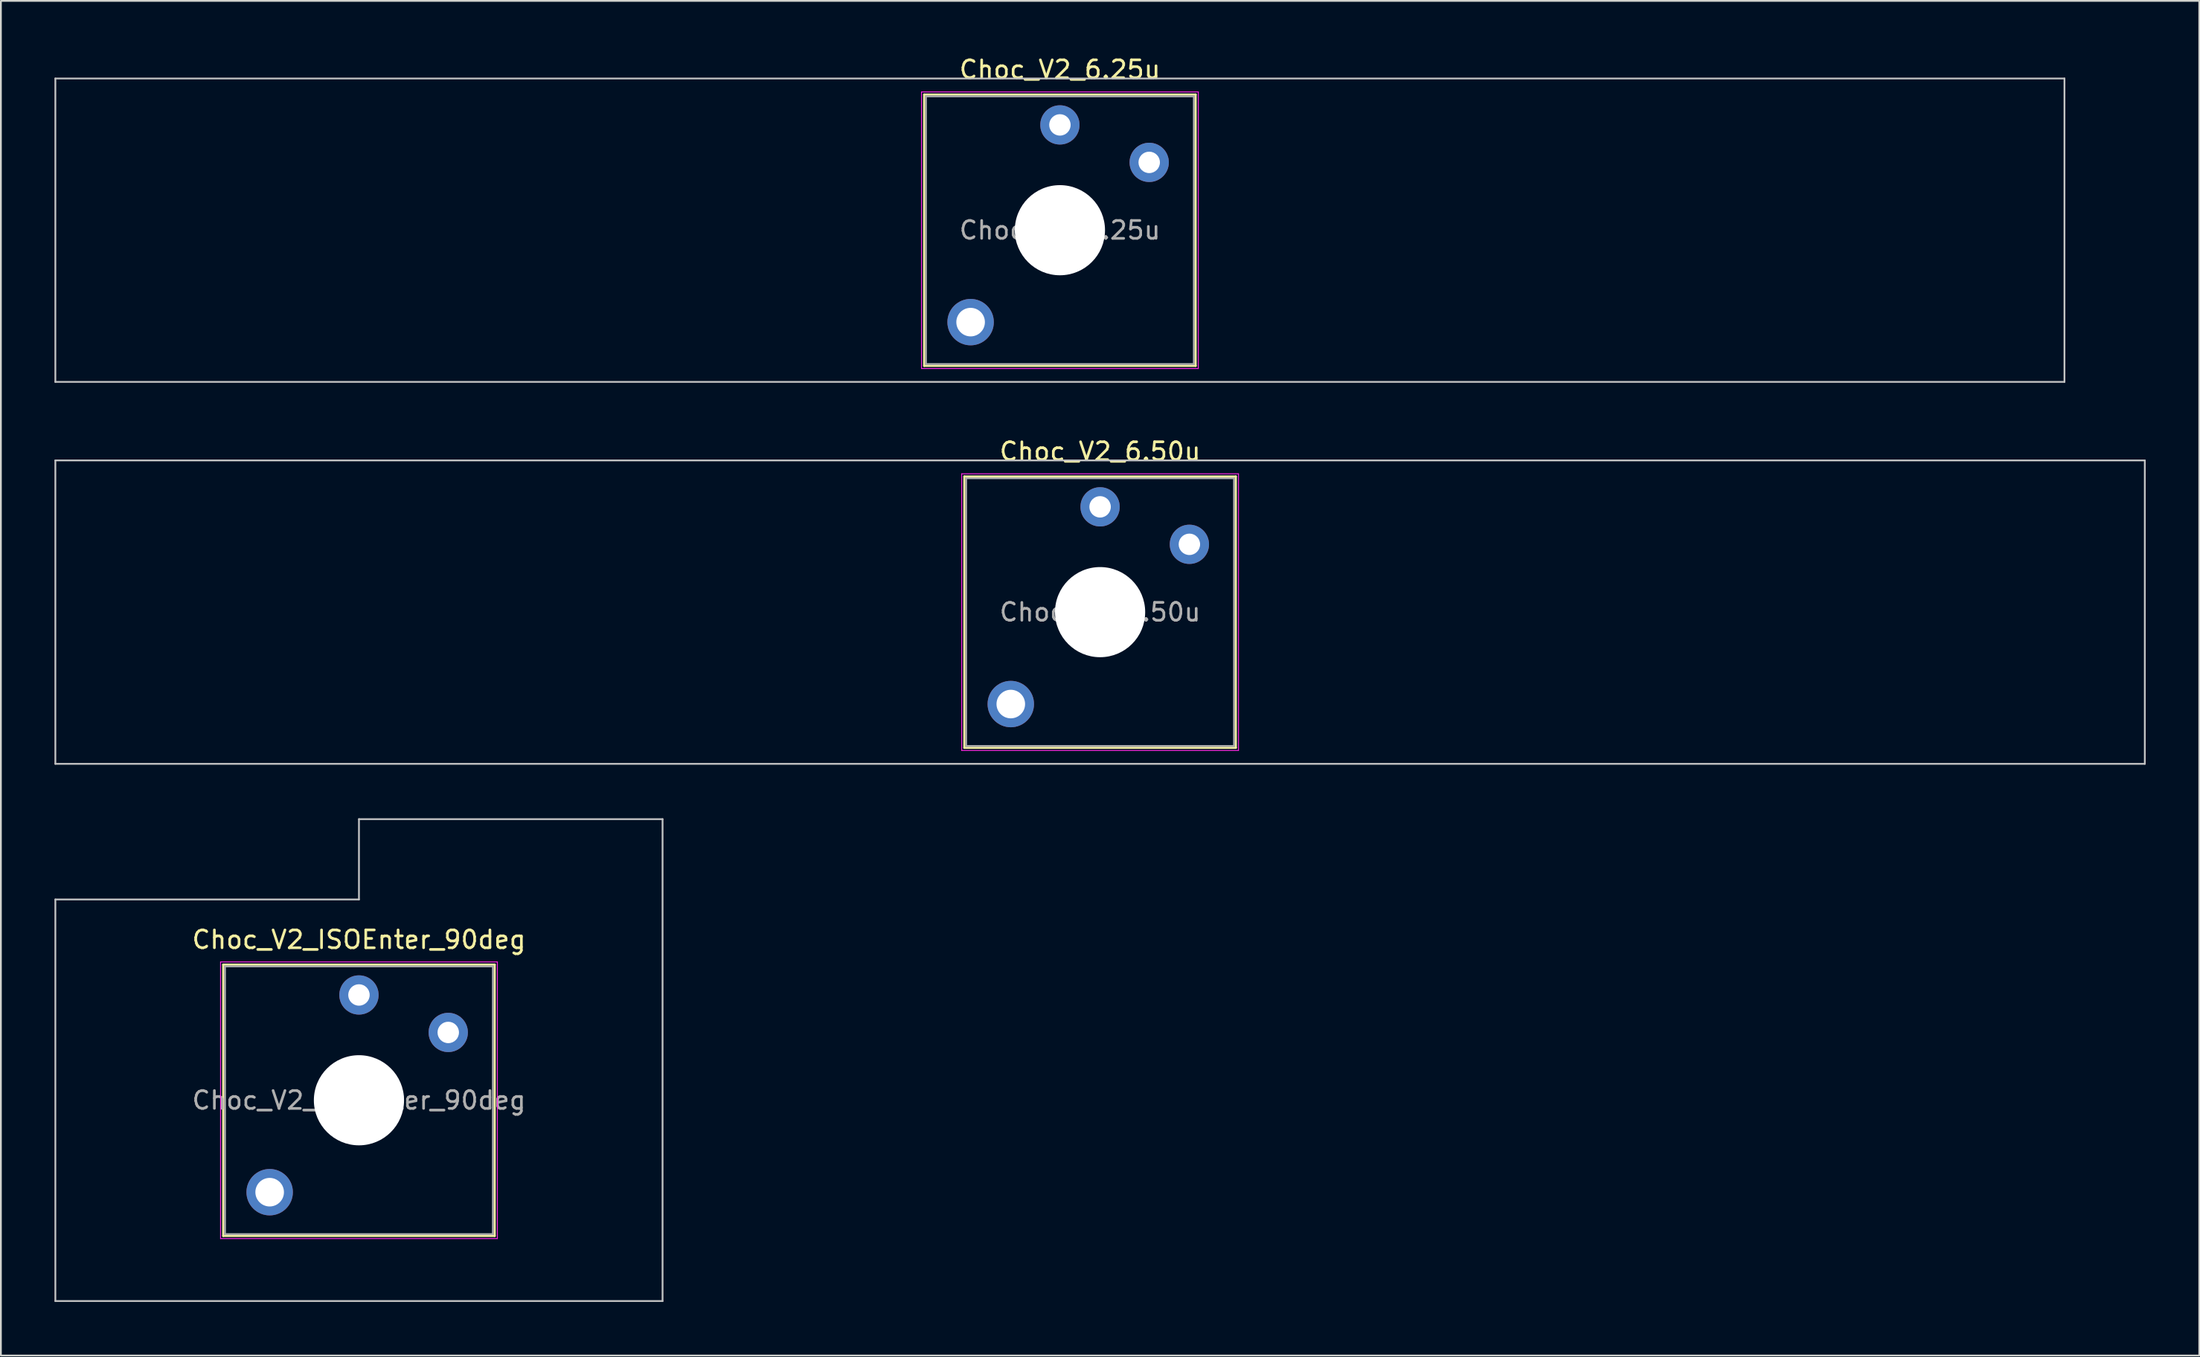
<source format=kicad_pcb>
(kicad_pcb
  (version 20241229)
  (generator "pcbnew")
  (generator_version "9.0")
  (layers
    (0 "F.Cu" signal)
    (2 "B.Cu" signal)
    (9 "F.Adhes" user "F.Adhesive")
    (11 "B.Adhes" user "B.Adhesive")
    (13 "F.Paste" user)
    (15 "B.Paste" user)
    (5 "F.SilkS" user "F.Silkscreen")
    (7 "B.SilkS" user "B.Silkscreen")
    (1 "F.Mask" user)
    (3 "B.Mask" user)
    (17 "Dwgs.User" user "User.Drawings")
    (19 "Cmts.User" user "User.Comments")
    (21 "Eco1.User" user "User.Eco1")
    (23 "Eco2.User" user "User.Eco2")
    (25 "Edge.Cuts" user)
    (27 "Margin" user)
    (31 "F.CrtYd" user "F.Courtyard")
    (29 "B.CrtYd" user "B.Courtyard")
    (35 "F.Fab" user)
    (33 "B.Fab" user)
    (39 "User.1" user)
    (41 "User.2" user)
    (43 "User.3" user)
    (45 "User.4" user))
  (footprint "Choc_V2_6.50u"
    (layer "F.Cu")
    (at 58.55 31.247)
    (property "Reference" "Choc_V2_6.50u" (at 0 -9 0) (layer "F.SilkS") (effects (font (size 1 1) (thickness 0.15))))
    (attr through_hole)
    (fp_line (start -7.6 -7.6) (end -7.6 7.6) (stroke (width 0.12) (type solid)) (layer "F.SilkS"))
    (fp_line (start -7.6 7.6) (end 7.6 7.6) (stroke (width 0.12) (type solid)) (layer "F.SilkS"))
    (fp_line (start 7.6 -7.6) (end -7.6 -7.6) (stroke (width 0.12) (type solid)) (layer "F.SilkS"))
    (fp_line (start 7.6 7.6) (end 7.6 -7.6) (stroke (width 0.12) (type solid)) (layer "F.SilkS"))
    (fp_line (start -58.5 -8.5) (end -58.5 8.5) (stroke (width 0.1) (type solid)) (layer "Dwgs.User"))
    (fp_line (start -58.5 8.5) (end 58.5 8.5) (stroke (width 0.1) (type solid)) (layer "Dwgs.User"))
    (fp_line (start 58.5 -8.5) (end -58.5 -8.5) (stroke (width 0.1) (type solid)) (layer "Dwgs.User"))
    (fp_line (start 58.5 8.5) (end 58.5 -8.5) (stroke (width 0.1) (type solid)) (layer "Dwgs.User"))
    (fp_line (start -7.25 -7.25) (end -7.25 7.25) (stroke (width 0.1) (type solid)) (layer "Eco1.User"))
    (fp_line (start -7.25 7.25) (end 7.25 7.25) (stroke (width 0.1) (type solid)) (layer "Eco1.User"))
    (fp_line (start 7.25 -7.25) (end -7.25 -7.25) (stroke (width 0.1) (type solid)) (layer "Eco1.User"))
    (fp_line (start 7.25 7.25) (end 7.25 -7.25) (stroke (width 0.1) (type solid)) (layer "Eco1.User"))
    (fp_line (start -7.75 -7.75) (end -7.75 7.75) (stroke (width 0.05) (type solid)) (layer "F.CrtYd"))
    (fp_line (start -7.75 7.75) (end 7.75 7.75) (stroke (width 0.05) (type solid)) (layer "F.CrtYd"))
    (fp_line (start 7.75 -7.75) (end -7.75 -7.75) (stroke (width 0.05) (type solid)) (layer "F.CrtYd"))
    (fp_line (start 7.75 7.75) (end 7.75 -7.75) (stroke (width 0.05) (type solid)) (layer "F.CrtYd"))
    (fp_line (start -7.5 -7.5) (end -7.5 7.5) (stroke (width 0.1) (type solid)) (layer "F.Fab"))
    (fp_line (start -7.5 7.5) (end 7.5 7.5) (stroke (width 0.1) (type solid)) (layer "F.Fab"))
    (fp_line (start 7.5 -7.5) (end -7.5 -7.5) (stroke (width 0.1) (type solid)) (layer "F.Fab"))
    (fp_line (start 7.5 7.5) (end 7.5 -7.5) (stroke (width 0.1) (type solid)) (layer "F.Fab"))
    (fp_text user "${REFERENCE}" (at 0 0 0) (layer "F.Fab") (effects (font (size 1 1) (thickness 0.15))))
    (pad "" thru_hole circle (at -5 5.15) (size 2.6 2.6) (drill 1.6) (layers "*.Cu" "*.Mask"))
    (pad "" np_thru_hole circle (at 0 0) (size 5.05 5.05) (drill 5.05) (layers "*.Cu" "*.Mask"))
    (pad "1" thru_hole circle (at 0 -5.9) (size 2.2 2.2) (drill 1.2) (layers "*.Cu" "*.Mask"))
    (pad "2" thru_hole circle (at 5 -3.8) (size 2.2 2.2) (drill 1.2) (layers "*.Cu" "*.Mask")))
  (footprint "Choc_V2_6.25u"
    (layer "F.Cu")
    (at 56.3 9.848)
    (property "Reference" "Choc_V2_6.25u" (at 0 -9 0) (layer "F.SilkS") (effects (font (size 1 1) (thickness 0.15))))
    (attr through_hole)
    (fp_line (start -7.6 -7.6) (end -7.6 7.6) (stroke (width 0.12) (type solid)) (layer "F.SilkS"))
    (fp_line (start -7.6 7.6) (end 7.6 7.6) (stroke (width 0.12) (type solid)) (layer "F.SilkS"))
    (fp_line (start 7.6 -7.6) (end -7.6 -7.6) (stroke (width 0.12) (type solid)) (layer "F.SilkS"))
    (fp_line (start 7.6 7.6) (end 7.6 -7.6) (stroke (width 0.12) (type solid)) (layer "F.SilkS"))
    (fp_line (start -56.25 -8.5) (end -56.25 8.5) (stroke (width 0.1) (type solid)) (layer "Dwgs.User"))
    (fp_line (start -56.25 8.5) (end 56.25 8.5) (stroke (width 0.1) (type solid)) (layer "Dwgs.User"))
    (fp_line (start 56.25 -8.5) (end -56.25 -8.5) (stroke (width 0.1) (type solid)) (layer "Dwgs.User"))
    (fp_line (start 56.25 8.5) (end 56.25 -8.5) (stroke (width 0.1) (type solid)) (layer "Dwgs.User"))
    (fp_line (start -7.25 -7.25) (end -7.25 7.25) (stroke (width 0.1) (type solid)) (layer "Eco1.User"))
    (fp_line (start -7.25 7.25) (end 7.25 7.25) (stroke (width 0.1) (type solid)) (layer "Eco1.User"))
    (fp_line (start 7.25 -7.25) (end -7.25 -7.25) (stroke (width 0.1) (type solid)) (layer "Eco1.User"))
    (fp_line (start 7.25 7.25) (end 7.25 -7.25) (stroke (width 0.1) (type solid)) (layer "Eco1.User"))
    (fp_line (start -7.75 -7.75) (end -7.75 7.75) (stroke (width 0.05) (type solid)) (layer "F.CrtYd"))
    (fp_line (start -7.75 7.75) (end 7.75 7.75) (stroke (width 0.05) (type solid)) (layer "F.CrtYd"))
    (fp_line (start 7.75 -7.75) (end -7.75 -7.75) (stroke (width 0.05) (type solid)) (layer "F.CrtYd"))
    (fp_line (start 7.75 7.75) (end 7.75 -7.75) (stroke (width 0.05) (type solid)) (layer "F.CrtYd"))
    (fp_line (start -7.5 -7.5) (end -7.5 7.5) (stroke (width 0.1) (type solid)) (layer "F.Fab"))
    (fp_line (start -7.5 7.5) (end 7.5 7.5) (stroke (width 0.1) (type solid)) (layer "F.Fab"))
    (fp_line (start 7.5 -7.5) (end -7.5 -7.5) (stroke (width 0.1) (type solid)) (layer "F.Fab"))
    (fp_line (start 7.5 7.5) (end 7.5 -7.5) (stroke (width 0.1) (type solid)) (layer "F.Fab"))
    (fp_text user "${REFERENCE}" (at 0 0 0) (layer "F.Fab") (effects (font (size 1 1) (thickness 0.15))))
    (pad "" thru_hole circle (at -5 5.15) (size 2.6 2.6) (drill 1.6) (layers "*.Cu" "*.Mask"))
    (pad "" np_thru_hole circle (at 0 0) (size 5.05 5.05) (drill 5.05) (layers "*.Cu" "*.Mask"))
    (pad "1" thru_hole circle (at 0 -5.9) (size 2.2 2.2) (drill 1.2) (layers "*.Cu" "*.Mask"))
    (pad "2" thru_hole circle (at 5 -3.8) (size 2.2 2.2) (drill 1.2) (layers "*.Cu" "*.Mask")))
  (footprint "Choc_V2_ISOEnter_90deg"
    (layer "F.Cu")
    (at 17.05 58.596)
    (property "Reference" "Choc_V2_ISOEnter_90deg" (at 0 -9 0) (layer "F.SilkS") (effects (font (size 1 1) (thickness 0.15))))
    (attr through_hole)
    (fp_line (start -7.6 -7.6) (end -7.6 7.6) (stroke (width 0.12) (type solid)) (layer "F.SilkS"))
    (fp_line (start -7.6 7.6) (end 7.6 7.6) (stroke (width 0.12) (type solid)) (layer "F.SilkS"))
    (fp_line (start 7.6 -7.6) (end -7.6 -7.6) (stroke (width 0.12) (type solid)) (layer "F.SilkS"))
    (fp_line (start 7.6 7.6) (end 7.6 -7.6) (stroke (width 0.12) (type solid)) (layer "F.SilkS"))
    (fp_line (start -17 -11.25) (end -17 11.25) (stroke (width 0.1) (type solid)) (layer "Dwgs.User"))
    (fp_line (start -17 11.25) (end 17 11.25) (stroke (width 0.1) (type solid)) (layer "Dwgs.User"))
    (fp_line (start 0 -15.75) (end 0 -11.25) (stroke (width 0.1) (type solid)) (layer "Dwgs.User"))
    (fp_line (start 0 -11.25) (end -17 -11.25) (stroke (width 0.1) (type solid)) (layer "Dwgs.User"))
    (fp_line (start 17 -15.75) (end 0 -15.75) (stroke (width 0.1) (type solid)) (layer "Dwgs.User"))
    (fp_line (start 17 11.25) (end 17 -15.75) (stroke (width 0.1) (type solid)) (layer "Dwgs.User"))
    (fp_line (start -7.25 -7.25) (end -7.25 7.25) (stroke (width 0.1) (type solid)) (layer "Eco1.User"))
    (fp_line (start -7.25 7.25) (end 7.25 7.25) (stroke (width 0.1) (type solid)) (layer "Eco1.User"))
    (fp_line (start 7.25 -7.25) (end -7.25 -7.25) (stroke (width 0.1) (type solid)) (layer "Eco1.User"))
    (fp_line (start 7.25 7.25) (end 7.25 -7.25) (stroke (width 0.1) (type solid)) (layer "Eco1.User"))
    (fp_line (start -7.75 -7.75) (end -7.75 7.75) (stroke (width 0.05) (type solid)) (layer "F.CrtYd"))
    (fp_line (start -7.75 7.75) (end 7.75 7.75) (stroke (width 0.05) (type solid)) (layer "F.CrtYd"))
    (fp_line (start 7.75 -7.75) (end -7.75 -7.75) (stroke (width 0.05) (type solid)) (layer "F.CrtYd"))
    (fp_line (start 7.75 7.75) (end 7.75 -7.75) (stroke (width 0.05) (type solid)) (layer "F.CrtYd"))
    (fp_line (start -7.5 -7.5) (end -7.5 7.5) (stroke (width 0.1) (type solid)) (layer "F.Fab"))
    (fp_line (start -7.5 7.5) (end 7.5 7.5) (stroke (width 0.1) (type solid)) (layer "F.Fab"))
    (fp_line (start 7.5 -7.5) (end -7.5 -7.5) (stroke (width 0.1) (type solid)) (layer "F.Fab"))
    (fp_line (start 7.5 7.5) (end 7.5 -7.5) (stroke (width 0.1) (type solid)) (layer "F.Fab"))
    (fp_text user "${REFERENCE}" (at 0 0 0) (layer "F.Fab") (effects (font (size 1 1) (thickness 0.15))))
    (pad "" thru_hole circle (at -5 5.15) (size 2.6 2.6) (drill 1.6) (layers "*.Cu" "*.Mask"))
    (pad "" np_thru_hole circle (at 0 0) (size 5.05 5.05) (drill 5.05) (layers "*.Cu" "*.Mask"))
    (pad "1" thru_hole circle (at 0 -5.9) (size 2.2 2.2) (drill 1.2) (layers "*.Cu" "*.Mask"))
    (pad "2" thru_hole circle (at 5 -3.8) (size 2.2 2.2) (drill 1.2) (layers "*.Cu" "*.Mask")))
  (gr_rect
    (start -3 -3)
    (end 120.1 72.897)
    (stroke (width 0.1) (type default))
    (fill no)
    (layer "Edge.Cuts")))
</source>
